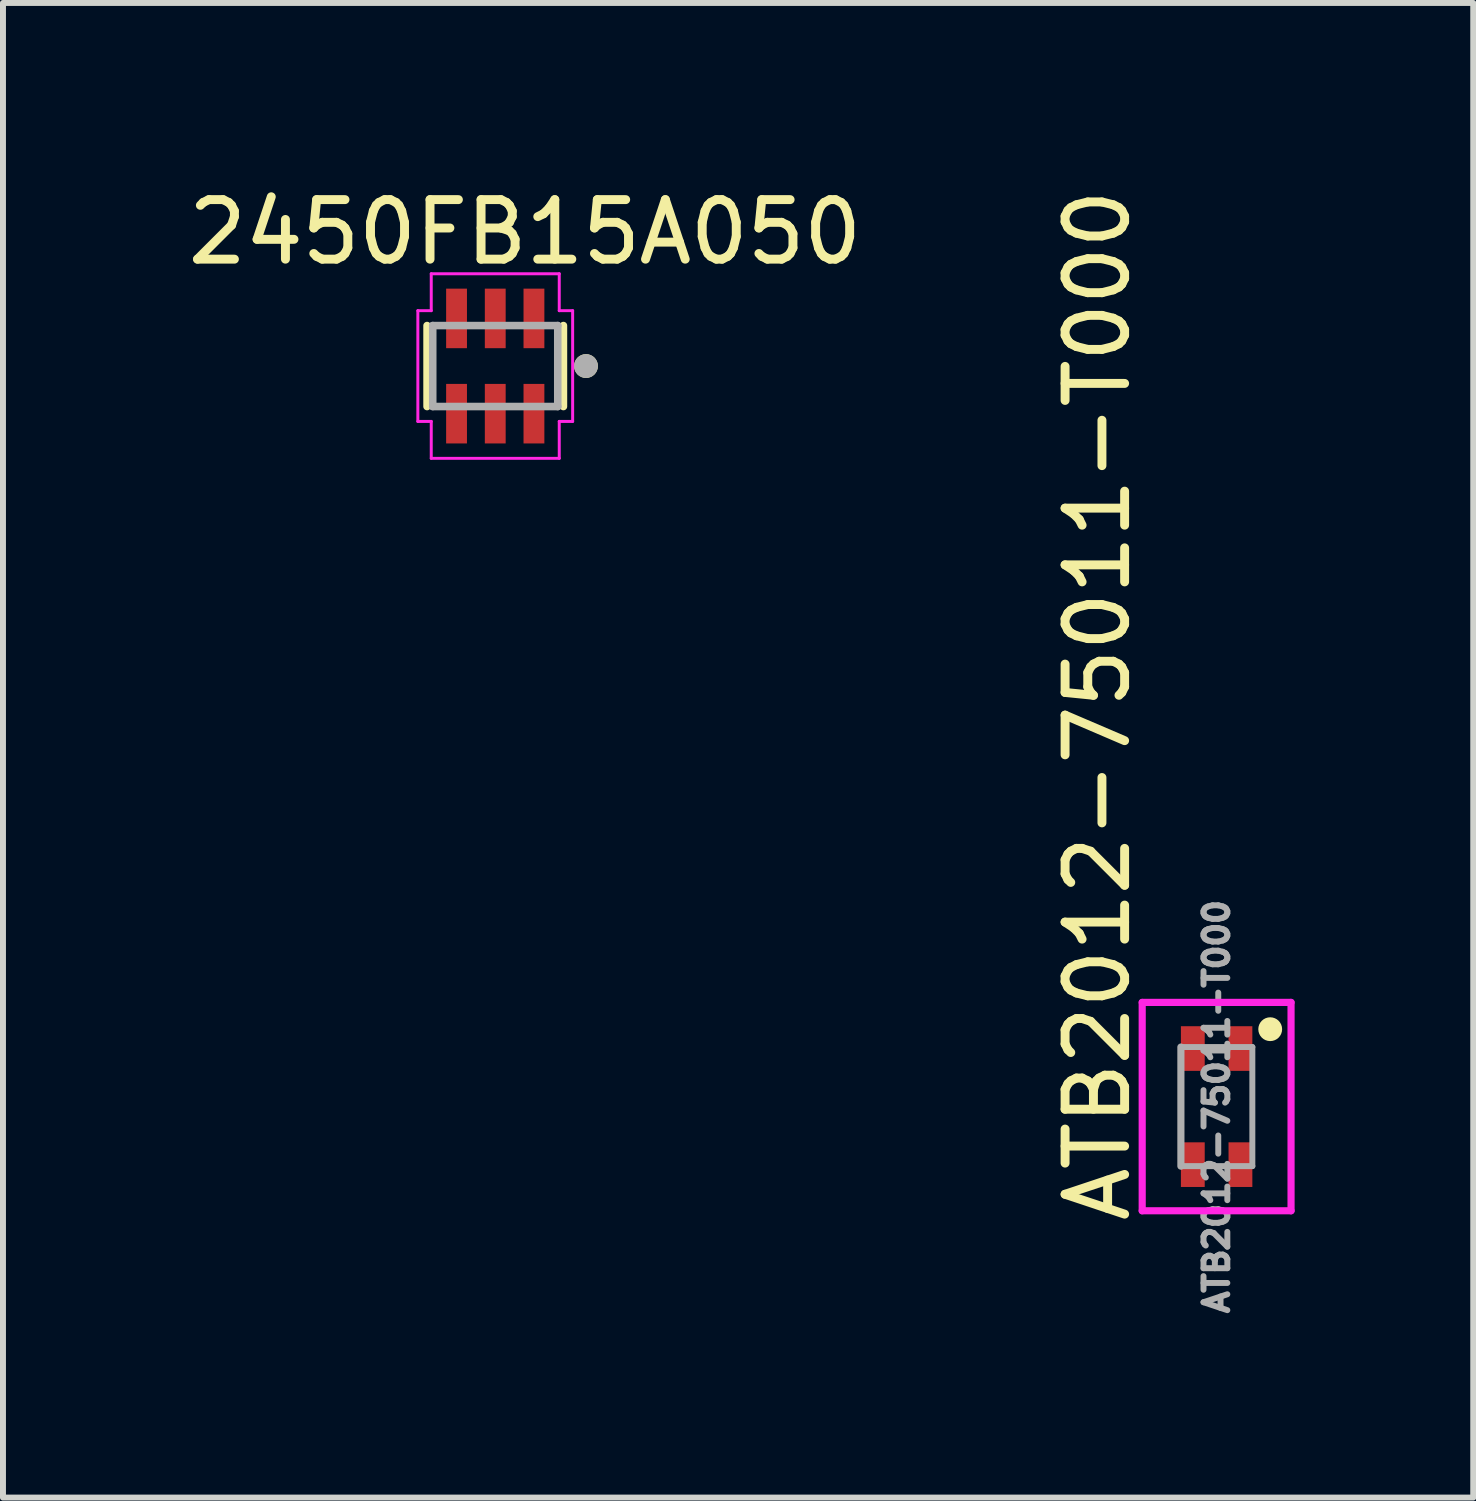
<source format=kicad_pcb>
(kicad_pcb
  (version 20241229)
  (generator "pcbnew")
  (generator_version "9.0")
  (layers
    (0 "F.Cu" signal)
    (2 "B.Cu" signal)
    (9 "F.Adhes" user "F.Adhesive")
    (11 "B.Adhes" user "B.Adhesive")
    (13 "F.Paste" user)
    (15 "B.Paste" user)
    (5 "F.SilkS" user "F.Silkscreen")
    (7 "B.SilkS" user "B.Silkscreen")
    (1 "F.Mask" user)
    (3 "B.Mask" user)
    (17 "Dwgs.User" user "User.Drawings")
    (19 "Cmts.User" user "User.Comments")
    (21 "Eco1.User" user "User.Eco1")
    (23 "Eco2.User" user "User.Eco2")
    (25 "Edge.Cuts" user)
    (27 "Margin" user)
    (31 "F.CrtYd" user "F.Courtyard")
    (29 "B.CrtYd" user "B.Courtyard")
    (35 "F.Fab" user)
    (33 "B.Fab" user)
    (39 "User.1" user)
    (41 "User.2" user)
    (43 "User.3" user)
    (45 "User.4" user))
  (footprint "2450FB15A050"
    (layer "F.Cu")
    (at 5.268 3.098)
    (property "Reference" "2450FB15A050" (at 0.5 -2.25 0) (layer "F.SilkS") (effects (font (size 1 1) (thickness 0.15))))
    (attr smd)
    (fp_line (start -1.145 -0.68) (end -1.145 0.68) (stroke (width 0.127) (type solid)) (layer "F.SilkS"))
    (fp_line (start 1.145 0.68) (end 1.145 -0.68) (stroke (width 0.127) (type solid)) (layer "F.SilkS"))
    (fp_circle (center 1.524 0) (end 1.524 0.1) (stroke (width 0.2) (type solid)) (fill no) (layer "F.SilkS"))
    (fp_line (start -1.3 -0.93) (end -1.3 0.93) (stroke (width 0.05) (type solid)) (layer "F.CrtYd"))
    (fp_line (start -1.3 0.93) (end -1.075 0.93) (stroke (width 0.05) (type solid)) (layer "F.CrtYd"))
    (fp_line (start -1.075 -1.55) (end -1.075 -0.93) (stroke (width 0.05) (type solid)) (layer "F.CrtYd"))
    (fp_line (start -1.075 -0.93) (end -1.3 -0.93) (stroke (width 0.05) (type solid)) (layer "F.CrtYd"))
    (fp_line (start -1.075 0.93) (end -1.075 1.55) (stroke (width 0.05) (type solid)) (layer "F.CrtYd"))
    (fp_line (start -1.075 1.55) (end 1.075 1.55) (stroke (width 0.05) (type solid)) (layer "F.CrtYd"))
    (fp_line (start 1.075 -1.55) (end -1.075 -1.55) (stroke (width 0.05) (type solid)) (layer "F.CrtYd"))
    (fp_line (start 1.075 -0.93) (end 1.075 -1.55) (stroke (width 0.05) (type solid)) (layer "F.CrtYd"))
    (fp_line (start 1.075 0.93) (end 1.3 0.93) (stroke (width 0.05) (type solid)) (layer "F.CrtYd"))
    (fp_line (start 1.075 1.55) (end 1.075 0.93) (stroke (width 0.05) (type solid)) (layer "F.CrtYd"))
    (fp_line (start 1.3 -0.93) (end 1.075 -0.93) (stroke (width 0.05) (type solid)) (layer "F.CrtYd"))
    (fp_line (start 1.3 0.93) (end 1.3 -0.93) (stroke (width 0.05) (type solid)) (layer "F.CrtYd"))
    (fp_line (start -1.05 -0.68) (end -1.05 0.68) (stroke (width 0.127) (type solid)) (layer "F.Fab"))
    (fp_line (start -1.05 0.68) (end 1.05 0.68) (stroke (width 0.127) (type solid)) (layer "F.Fab"))
    (fp_line (start 1.05 -0.68) (end -1.05 -0.68) (stroke (width 0.127) (type solid)) (layer "F.Fab"))
    (fp_line (start 1.05 0.68) (end 1.05 -0.68) (stroke (width 0.127) (type solid)) (layer "F.Fab"))
    (fp_circle (center 1.524 0) (end 1.524 0.1) (stroke (width 0.2) (type solid)) (fill no) (layer "F.Fab"))
    (pad "1" smd rect (at 0.65 -0.8 270) (size 1 0.35) (layers "F.Cu" "F.Mask" "F.Paste"))
    (pad "2" smd rect (at 0 -0.8 270) (size 1 0.35) (layers "F.Cu" "F.Mask" "F.Paste"))
    (pad "3" smd rect (at -0.65 -0.8 270) (size 1 0.35) (layers "F.Cu" "F.Mask" "F.Paste"))
    (pad "4" smd rect (at -0.65 0.8 270) (size 1 0.35) (layers "F.Cu" "F.Mask" "F.Paste"))
    (pad "5" smd rect (at 0 0.8 270) (size 1 0.35) (layers "F.Cu" "F.Mask" "F.Paste"))
    (pad "6" smd rect (at 0.65 0.8 270) (size 1 0.35) (layers "F.Cu" "F.Mask" "F.Paste")))
  (footprint "ATB2012-75011-T000"
    (layer "F.Cu")
    (at 17.384 15.536)
    (property "Reference" "ATB2012-75011-T000" (at -2 2 270) (layer "F.SilkS") (effects (font (size 1 1) (thickness 0.15)) (justify left)))
    (attr smd)
    (fp_circle (center 0.9 -1.3) (end 1 -1.3) (stroke (width 0.2) (type solid)) (fill no) (layer "F.SilkS"))
    (fp_line (start -1.25 -1.75) (end 1.25 -1.75) (stroke (width 0.12) (type solid)) (layer "F.CrtYd"))
    (fp_line (start -1.25 1.75) (end -1.25 -1.75) (stroke (width 0.12) (type solid)) (layer "F.CrtYd"))
    (fp_line (start 1.25 -1.75) (end 1.25 1.75) (stroke (width 0.12) (type solid)) (layer "F.CrtYd"))
    (fp_line (start 1.25 1.75) (end -1.25 1.75) (stroke (width 0.12) (type solid)) (layer "F.CrtYd"))
    (fp_line (start -0.6 -1) (end 0.6 -1) (stroke (width 0.1) (type solid)) (layer "F.Fab"))
    (fp_line (start -0.6 1) (end -0.6 -1) (stroke (width 0.12) (type solid)) (layer "F.Fab"))
    (fp_line (start 0.6 -1) (end 0.6 1) (stroke (width 0.1) (type solid)) (layer "F.Fab"))
    (fp_line (start 0.6 1) (end -0.6 1) (stroke (width 0.1) (type solid)) (layer "F.Fab"))
    (fp_text user "${REFERENCE}" (at 0 0 270) (layer "F.Fab") (effects (font (size 0.4 0.4) (thickness 0.1))))
    (pad "1" smd rect (at 0.4 -0.975 270) (size 0.75 0.4) (layers "F.Cu" "F.Mask" "F.Paste"))
    (pad "2" smd rect (at -0.4 -0.975 270) (size 0.75 0.4) (layers "F.Cu" "F.Mask" "F.Paste"))
    (pad "3" smd rect (at -0.4 0.975 270) (size 0.75 0.4) (layers "F.Cu" "F.Mask" "F.Paste"))
    (pad "4" smd rect (at 0.4 0.975 270) (size 0.75 0.4) (layers "F.Cu" "F.Mask" "F.Paste")))
  (gr_rect
    (start -3 -3)
    (end 21.694 22.103)
    (stroke (width 0.1) (type default))
    (fill no)
    (layer "Edge.Cuts")))
</source>
